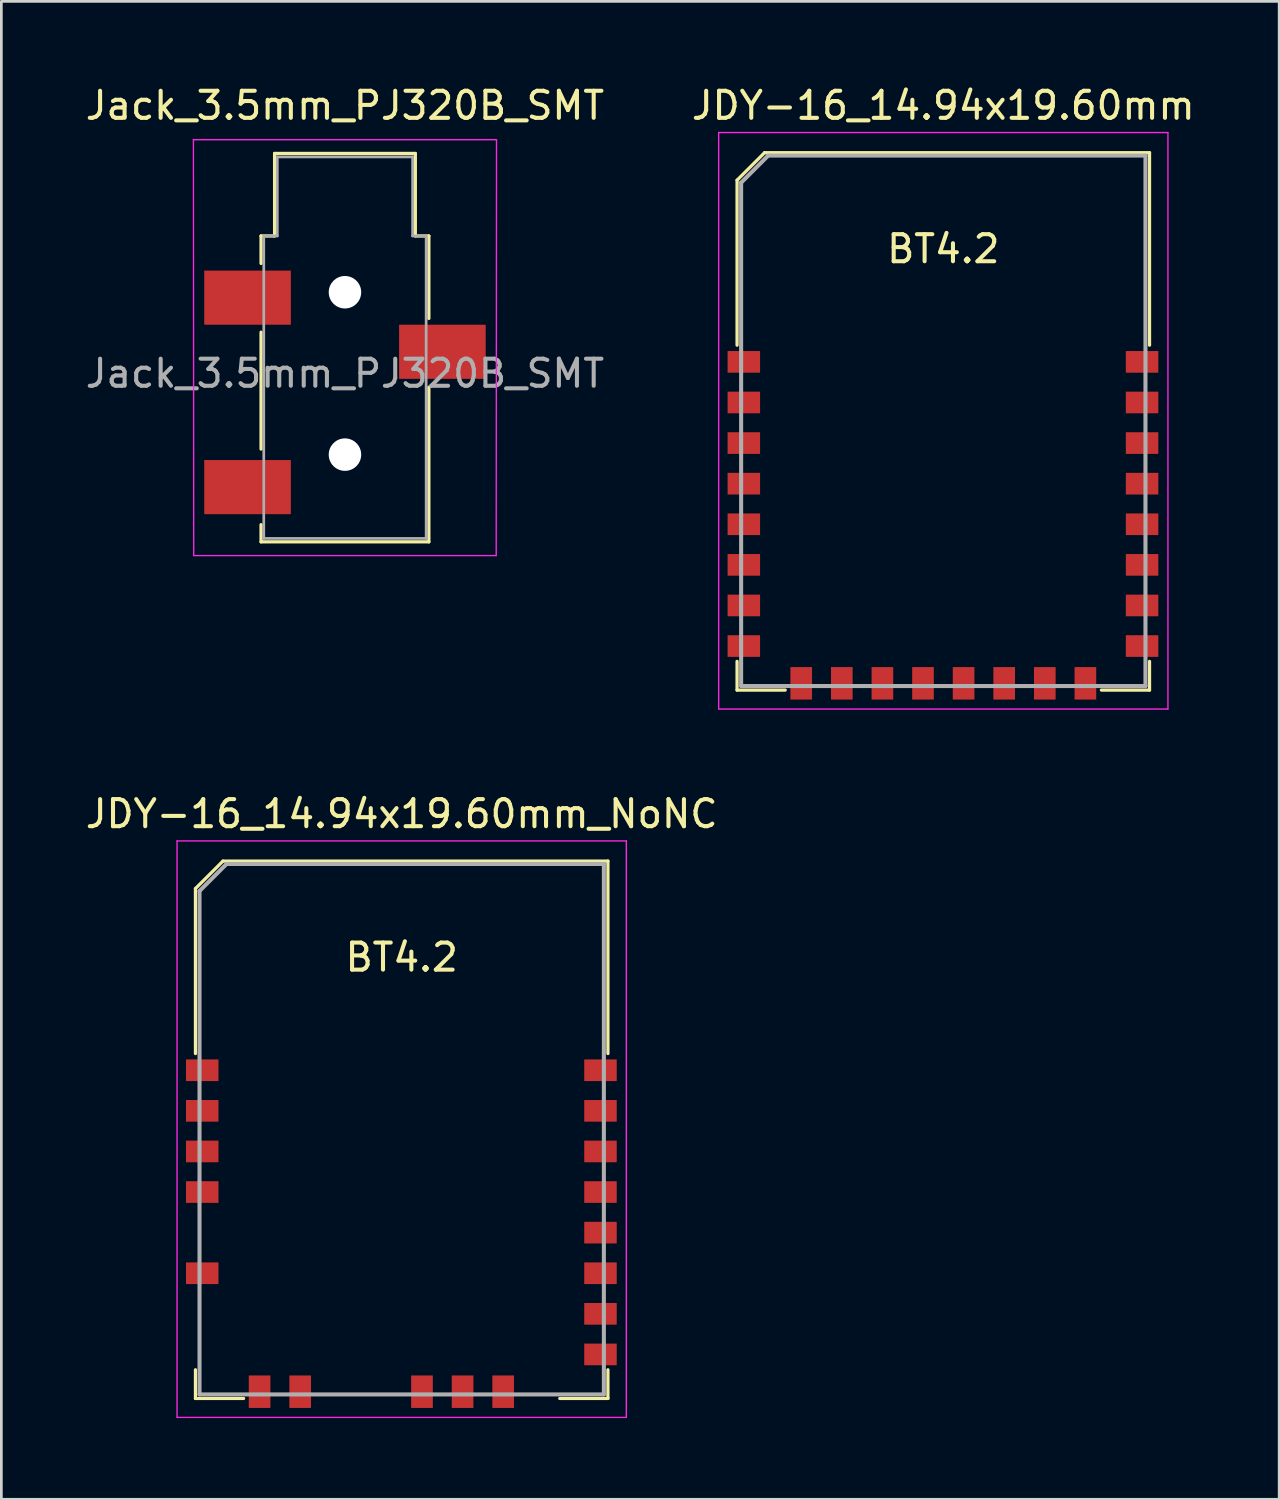
<source format=kicad_pcb>
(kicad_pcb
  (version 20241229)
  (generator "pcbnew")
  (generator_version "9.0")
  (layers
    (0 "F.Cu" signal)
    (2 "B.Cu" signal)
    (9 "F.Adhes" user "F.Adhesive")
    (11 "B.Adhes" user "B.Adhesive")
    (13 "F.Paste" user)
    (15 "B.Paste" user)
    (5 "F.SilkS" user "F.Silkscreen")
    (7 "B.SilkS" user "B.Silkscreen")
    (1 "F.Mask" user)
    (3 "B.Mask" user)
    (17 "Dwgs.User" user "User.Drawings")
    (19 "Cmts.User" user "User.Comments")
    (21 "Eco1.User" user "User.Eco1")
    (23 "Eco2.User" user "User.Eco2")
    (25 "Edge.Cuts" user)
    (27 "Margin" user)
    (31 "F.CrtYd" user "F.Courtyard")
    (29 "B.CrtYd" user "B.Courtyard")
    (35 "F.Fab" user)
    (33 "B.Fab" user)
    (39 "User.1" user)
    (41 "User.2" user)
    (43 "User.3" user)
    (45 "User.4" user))
  (footprint "JDY-16_14.94x19.60mm_NoNC"
    (layer "F.Cu")
    (at 11.792 38.672)
    (property "Reference" "JDY-16_14.94x19.60mm_NoNC" (at 0 -11.65 0) (layer "F.SilkS") (effects (font (size 1 1) (thickness 0.15))))
    (attr smd)
    (fp_line (start -7.62 -8.89) (end -7.62 -2.794) (stroke (width 0.12) (type solid)) (layer "F.SilkS"))
    (fp_line (start -7.62 9.95) (end -7.62 8.89) (stroke (width 0.12) (type solid)) (layer "F.SilkS"))
    (fp_line (start -6.604 -9.906) (end -7.62 -8.89) (stroke (width 0.12) (type solid)) (layer "F.SilkS"))
    (fp_line (start -5.842 9.95) (end -7.62 9.95) (stroke (width 0.12) (type solid)) (layer "F.SilkS"))
    (fp_line (start 5.842 9.95) (end 7.62 9.95) (stroke (width 0.12) (type solid)) (layer "F.SilkS"))
    (fp_line (start 7.62 -9.906) (end -6.604 -9.906) (stroke (width 0.12) (type solid)) (layer "F.SilkS"))
    (fp_line (start 7.62 -2.794) (end 7.62 -9.906) (stroke (width 0.12) (type solid)) (layer "F.SilkS"))
    (fp_line (start 7.62 9.95) (end 7.62 8.89) (stroke (width 0.12) (type solid)) (layer "F.SilkS"))
    (fp_line (start -8.3 -10.65) (end 8.3 -10.65) (stroke (width 0.05) (type solid)) (layer "F.CrtYd"))
    (fp_line (start -8.3 10.65) (end -8.3 -10.65) (stroke (width 0.05) (type solid)) (layer "F.CrtYd"))
    (fp_line (start 8.3 -10.65) (end 8.3 10.65) (stroke (width 0.05) (type solid)) (layer "F.CrtYd"))
    (fp_line (start 8.3 10.65) (end -8.3 10.65) (stroke (width 0.05) (type solid)) (layer "F.CrtYd"))
    (fp_line (start -7.47 -8.8) (end -7.47 9.8) (stroke (width 0.15) (type solid)) (layer "F.Fab"))
    (fp_line (start -7.47 9.8) (end 7.47 9.8) (stroke (width 0.15) (type solid)) (layer "F.Fab"))
    (fp_line (start -6.47 -9.8) (end -7.47 -8.8) (stroke (width 0.15) (type solid)) (layer "F.Fab"))
    (fp_line (start 7.47 -9.8) (end -6.47 -9.8) (stroke (width 0.15) (type solid)) (layer "F.Fab"))
    (fp_line (start 7.47 9.8) (end 7.47 -9.8) (stroke (width 0.15) (type solid)) (layer "F.Fab"))
    (fp_text user "BT4.2" (at 0 -6.35 0) (layer "F.SilkS") (effects (font (size 1 1) (thickness 0.15))))
    (pad "1" smd rect (at -7.37 -2.177 90) (size 0.8 1.2) (layers "F.Cu" "F.Mask" "F.Paste"))
    (pad "2" smd rect (at -7.37 -0.677 90) (size 0.8 1.2) (layers "F.Cu" "F.Mask" "F.Paste"))
    (pad "3" smd rect (at -7.37 0.823 90) (size 0.8 1.2) (layers "F.Cu" "F.Mask" "F.Paste"))
    (pad "4" smd rect (at -7.37 2.323 90) (size 0.8 1.2) (layers "F.Cu" "F.Mask" "F.Paste"))
    (pad "6" smd rect (at -7.37 5.323 90) (size 0.8 1.2) (layers "F.Cu" "F.Mask" "F.Paste"))
    (pad "9" smd rect (at -5.25 9.7) (size 0.8 1.2) (layers "F.Cu" "F.Mask" "F.Paste"))
    (pad "10" smd rect (at -3.75 9.7) (size 0.8 1.2) (layers "F.Cu" "F.Mask" "F.Paste"))
    (pad "13" smd rect (at 0.75 9.7) (size 0.8 1.2) (layers "F.Cu" "F.Mask" "F.Paste"))
    (pad "14" smd rect (at 2.25 9.7) (size 0.8 1.2) (layers "F.Cu" "F.Mask" "F.Paste"))
    (pad "15" smd rect (at 3.75 9.7) (size 0.8 1.2) (layers "F.Cu" "F.Mask" "F.Paste"))
    (pad "17" smd rect (at 7.345 8.323 90) (size 0.8 1.2) (layers "F.Cu" "F.Mask" "F.Paste"))
    (pad "18" smd rect (at 7.345 6.823 90) (size 0.8 1.2) (layers "F.Cu" "F.Mask" "F.Paste"))
    (pad "19" smd rect (at 7.345 5.323 90) (size 0.8 1.2) (layers "F.Cu" "F.Mask" "F.Paste"))
    (pad "20" smd rect (at 7.345 3.823 90) (size 0.8 1.2) (layers "F.Cu" "F.Mask" "F.Paste"))
    (pad "21" smd rect (at 7.345 2.323 90) (size 0.8 1.2) (layers "F.Cu" "F.Mask" "F.Paste"))
    (pad "22" smd rect (at 7.345 0.823 90) (size 0.8 1.2) (layers "F.Cu" "F.Mask" "F.Paste"))
    (pad "23" smd rect (at 7.345 -0.677 90) (size 0.8 1.2) (layers "F.Cu" "F.Mask" "F.Paste"))
    (pad "24" smd rect (at 7.345 -2.177 90) (size 0.8 1.2) (layers "F.Cu" "F.Mask" "F.Paste")))
  (footprint "Jack_3.5mm_PJ320B_SMT"
    (layer "F.Cu")
    (at 9.696 10.748)
    (property "Reference" "Jack_3.5mm_PJ320B_SMT" (at 0 -9.9 0) (layer "F.SilkS") (effects (font (size 1 1) (thickness 0.15))))
    (attr smd)
    (fp_line (start -3.1 -5.08) (end -2.6 -5.08) (stroke (width 0.12) (type solid)) (layer "F.SilkS"))
    (fp_line (start -3.1 -4.064) (end -3.1 -5.08) (stroke (width 0.12) (type solid)) (layer "F.SilkS"))
    (fp_line (start -3.1 2.794) (end -3.1 -1.524) (stroke (width 0.12) (type solid)) (layer "F.SilkS"))
    (fp_line (start -3.1 6.223) (end -3.1 5.588) (stroke (width 0.12) (type solid)) (layer "F.SilkS"))
    (fp_line (start -2.6 -8.128) (end 2.6 -8.128) (stroke (width 0.12) (type solid)) (layer "F.SilkS"))
    (fp_line (start -2.6 -5.08) (end -2.6 -8.128) (stroke (width 0.12) (type solid)) (layer "F.SilkS"))
    (fp_line (start 2.6 -8.128) (end 2.6 -5.08) (stroke (width 0.12) (type solid)) (layer "F.SilkS"))
    (fp_line (start 2.6 -5.08) (end 3.1 -5.08) (stroke (width 0.12) (type solid)) (layer "F.SilkS"))
    (fp_line (start 3.1 -5.08) (end 3.1 -2.032) (stroke (width 0.12) (type solid)) (layer "F.SilkS"))
    (fp_line (start 3.1 0.508) (end 3.1 6.223) (stroke (width 0.12) (type solid)) (layer "F.SilkS"))
    (fp_line (start 3.1 6.223) (end -3.1 6.223) (stroke (width 0.12) (type solid)) (layer "F.SilkS"))
    (fp_line (start -5.6 -8.636) (end 5.6 -8.636) (stroke (width 0.05) (type solid)) (layer "F.CrtYd"))
    (fp_line (start -5.588 6.731) (end -5.6 -8.636) (stroke (width 0.05) (type solid)) (layer "F.CrtYd"))
    (fp_line (start 5.588 6.731) (end -5.588 6.731) (stroke (width 0.05) (type solid)) (layer "F.CrtYd"))
    (fp_line (start 5.6 -8.636) (end 5.588 6.731) (stroke (width 0.05) (type solid)) (layer "F.CrtYd"))
    (fp_line (start -3 -5.08) (end -2.5 -5.08) (stroke (width 0.1) (type solid)) (layer "F.Fab"))
    (fp_line (start -3 6.096) (end -3 -5.08) (stroke (width 0.1) (type solid)) (layer "F.Fab"))
    (fp_line (start -2.5 -8.001) (end 2.5 -8.001) (stroke (width 0.1) (type solid)) (layer "F.Fab"))
    (fp_line (start -2.5 -5.08) (end -2.5 -8.001) (stroke (width 0.1) (type solid)) (layer "F.Fab"))
    (fp_line (start 2.5 -8.001) (end 2.5 -5.08) (stroke (width 0.1) (type solid)) (layer "F.Fab"))
    (fp_line (start 2.5 -5.08) (end 3 -5.08) (stroke (width 0.1) (type solid)) (layer "F.Fab"))
    (fp_line (start 3 -5.08) (end 3 6.096) (stroke (width 0.1) (type solid)) (layer "F.Fab"))
    (fp_line (start 3 6.096) (end -3 6.096) (stroke (width 0.1) (type solid)) (layer "F.Fab"))
    (fp_text user "${REFERENCE}" (at 0 0 0) (layer "F.Fab") (effects (font (size 1 1) (thickness 0.15))))
    (pad "" np_thru_hole circle (at 0 -3) (size 1.2 1.2) (drill 1.2) (layers "*.Cu" "*.Mask"))
    (pad "" np_thru_hole circle (at 0 3) (size 1.2 1.2) (drill 1.2) (layers "*.Cu" "*.Mask"))
    (pad "R" smd rect (at 3.6 -0.8) (size 3.2 2) (layers "F.Cu" "F.Mask" "F.Paste"))
    (pad "S" smd rect (at -3.6 -2.8) (size 3.2 2) (layers "F.Cu" "F.Mask" "F.Paste"))
    (pad "T" smd rect (at -3.6 4.2) (size 3.2 2) (layers "F.Cu" "F.Mask" "F.Paste")))
  (footprint "JDY-16_14.94x19.60mm"
    (layer "F.Cu")
    (at 31.804 12.498)
    (property "Reference" "JDY-16_14.94x19.60mm" (at 0 -11.65 0) (layer "F.SilkS") (effects (font (size 1 1) (thickness 0.15))))
    (attr smd)
    (fp_line (start -7.62 -8.89) (end -7.62 -2.794) (stroke (width 0.12) (type solid)) (layer "F.SilkS"))
    (fp_line (start -7.62 9.95) (end -7.62 8.89) (stroke (width 0.12) (type solid)) (layer "F.SilkS"))
    (fp_line (start -6.604 -9.906) (end -7.62 -8.89) (stroke (width 0.12) (type solid)) (layer "F.SilkS"))
    (fp_line (start -5.842 9.95) (end -7.62 9.95) (stroke (width 0.12) (type solid)) (layer "F.SilkS"))
    (fp_line (start 5.842 9.95) (end 7.62 9.95) (stroke (width 0.12) (type solid)) (layer "F.SilkS"))
    (fp_line (start 7.62 -9.906) (end -6.604 -9.906) (stroke (width 0.12) (type solid)) (layer "F.SilkS"))
    (fp_line (start 7.62 -2.794) (end 7.62 -9.906) (stroke (width 0.12) (type solid)) (layer "F.SilkS"))
    (fp_line (start 7.62 9.95) (end 7.62 8.89) (stroke (width 0.12) (type solid)) (layer "F.SilkS"))
    (fp_line (start -8.3 -10.65) (end 8.3 -10.65) (stroke (width 0.05) (type solid)) (layer "F.CrtYd"))
    (fp_line (start -8.3 10.65) (end -8.3 -10.65) (stroke (width 0.05) (type solid)) (layer "F.CrtYd"))
    (fp_line (start 8.3 -10.65) (end 8.3 10.65) (stroke (width 0.05) (type solid)) (layer "F.CrtYd"))
    (fp_line (start 8.3 10.65) (end -8.3 10.65) (stroke (width 0.05) (type solid)) (layer "F.CrtYd"))
    (fp_line (start -7.47 -8.8) (end -7.47 9.8) (stroke (width 0.15) (type solid)) (layer "F.Fab"))
    (fp_line (start -7.47 9.8) (end 7.47 9.8) (stroke (width 0.15) (type solid)) (layer "F.Fab"))
    (fp_line (start -6.47 -9.8) (end -7.47 -8.8) (stroke (width 0.15) (type solid)) (layer "F.Fab"))
    (fp_line (start 7.47 -9.8) (end -6.47 -9.8) (stroke (width 0.15) (type solid)) (layer "F.Fab"))
    (fp_line (start 7.47 9.8) (end 7.47 -9.8) (stroke (width 0.15) (type solid)) (layer "F.Fab"))
    (fp_text user "BT4.2" (at 0 -6.35 0) (layer "F.SilkS") (effects (font (size 1 1) (thickness 0.15))))
    (pad "1" smd rect (at -7.37 -2.177 90) (size 0.8 1.2) (layers "F.Cu" "F.Mask" "F.Paste"))
    (pad "2" smd rect (at -7.37 -0.677 90) (size 0.8 1.2) (layers "F.Cu" "F.Mask" "F.Paste"))
    (pad "3" smd rect (at -7.37 0.823 90) (size 0.8 1.2) (layers "F.Cu" "F.Mask" "F.Paste"))
    (pad "4" smd rect (at -7.37 2.323 90) (size 0.8 1.2) (layers "F.Cu" "F.Mask" "F.Paste"))
    (pad "5" smd rect (at -7.37 3.823 90) (size 0.8 1.2) (layers "F.Cu" "F.Mask" "F.Paste"))
    (pad "6" smd rect (at -7.37 5.323 90) (size 0.8 1.2) (layers "F.Cu" "F.Mask" "F.Paste"))
    (pad "7" smd rect (at -7.37 6.823 90) (size 0.8 1.2) (layers "F.Cu" "F.Mask" "F.Paste"))
    (pad "8" smd rect (at -7.37 8.323 90) (size 0.8 1.2) (layers "F.Cu" "F.Mask" "F.Paste"))
    (pad "9" smd rect (at -5.25 9.7) (size 0.8 1.2) (layers "F.Cu" "F.Mask" "F.Paste"))
    (pad "10" smd rect (at -3.75 9.7) (size 0.8 1.2) (layers "F.Cu" "F.Mask" "F.Paste"))
    (pad "11" smd rect (at -2.25 9.7) (size 0.8 1.2) (layers "F.Cu" "F.Mask" "F.Paste"))
    (pad "12" smd rect (at -0.75 9.7) (size 0.8 1.2) (layers "F.Cu" "F.Mask" "F.Paste"))
    (pad "13" smd rect (at 0.75 9.7) (size 0.8 1.2) (layers "F.Cu" "F.Mask" "F.Paste"))
    (pad "14" smd rect (at 2.25 9.7) (size 0.8 1.2) (layers "F.Cu" "F.Mask" "F.Paste"))
    (pad "15" smd rect (at 3.75 9.7) (size 0.8 1.2) (layers "F.Cu" "F.Mask" "F.Paste"))
    (pad "16" smd rect (at 5.25 9.7) (size 0.8 1.2) (layers "F.Cu" "F.Mask" "F.Paste"))
    (pad "17" smd rect (at 7.345 8.323 90) (size 0.8 1.2) (layers "F.Cu" "F.Mask" "F.Paste"))
    (pad "18" smd rect (at 7.345 6.823 90) (size 0.8 1.2) (layers "F.Cu" "F.Mask" "F.Paste"))
    (pad "19" smd rect (at 7.345 5.323 90) (size 0.8 1.2) (layers "F.Cu" "F.Mask" "F.Paste"))
    (pad "20" smd rect (at 7.345 3.823 90) (size 0.8 1.2) (layers "F.Cu" "F.Mask" "F.Paste"))
    (pad "21" smd rect (at 7.345 2.323 90) (size 0.8 1.2) (layers "F.Cu" "F.Mask" "F.Paste"))
    (pad "22" smd rect (at 7.345 0.823 90) (size 0.8 1.2) (layers "F.Cu" "F.Mask" "F.Paste"))
    (pad "23" smd rect (at 7.345 -0.677 90) (size 0.8 1.2) (layers "F.Cu" "F.Mask" "F.Paste"))
    (pad "24" smd rect (at 7.345 -2.177 90) (size 0.8 1.2) (layers "F.Cu" "F.Mask" "F.Paste")))
  (gr_rect
    (start -3 -3)
    (end 44.214 52.346)
    (stroke (width 0.1) (type default))
    (fill no)
    (layer "Edge.Cuts")))
</source>
